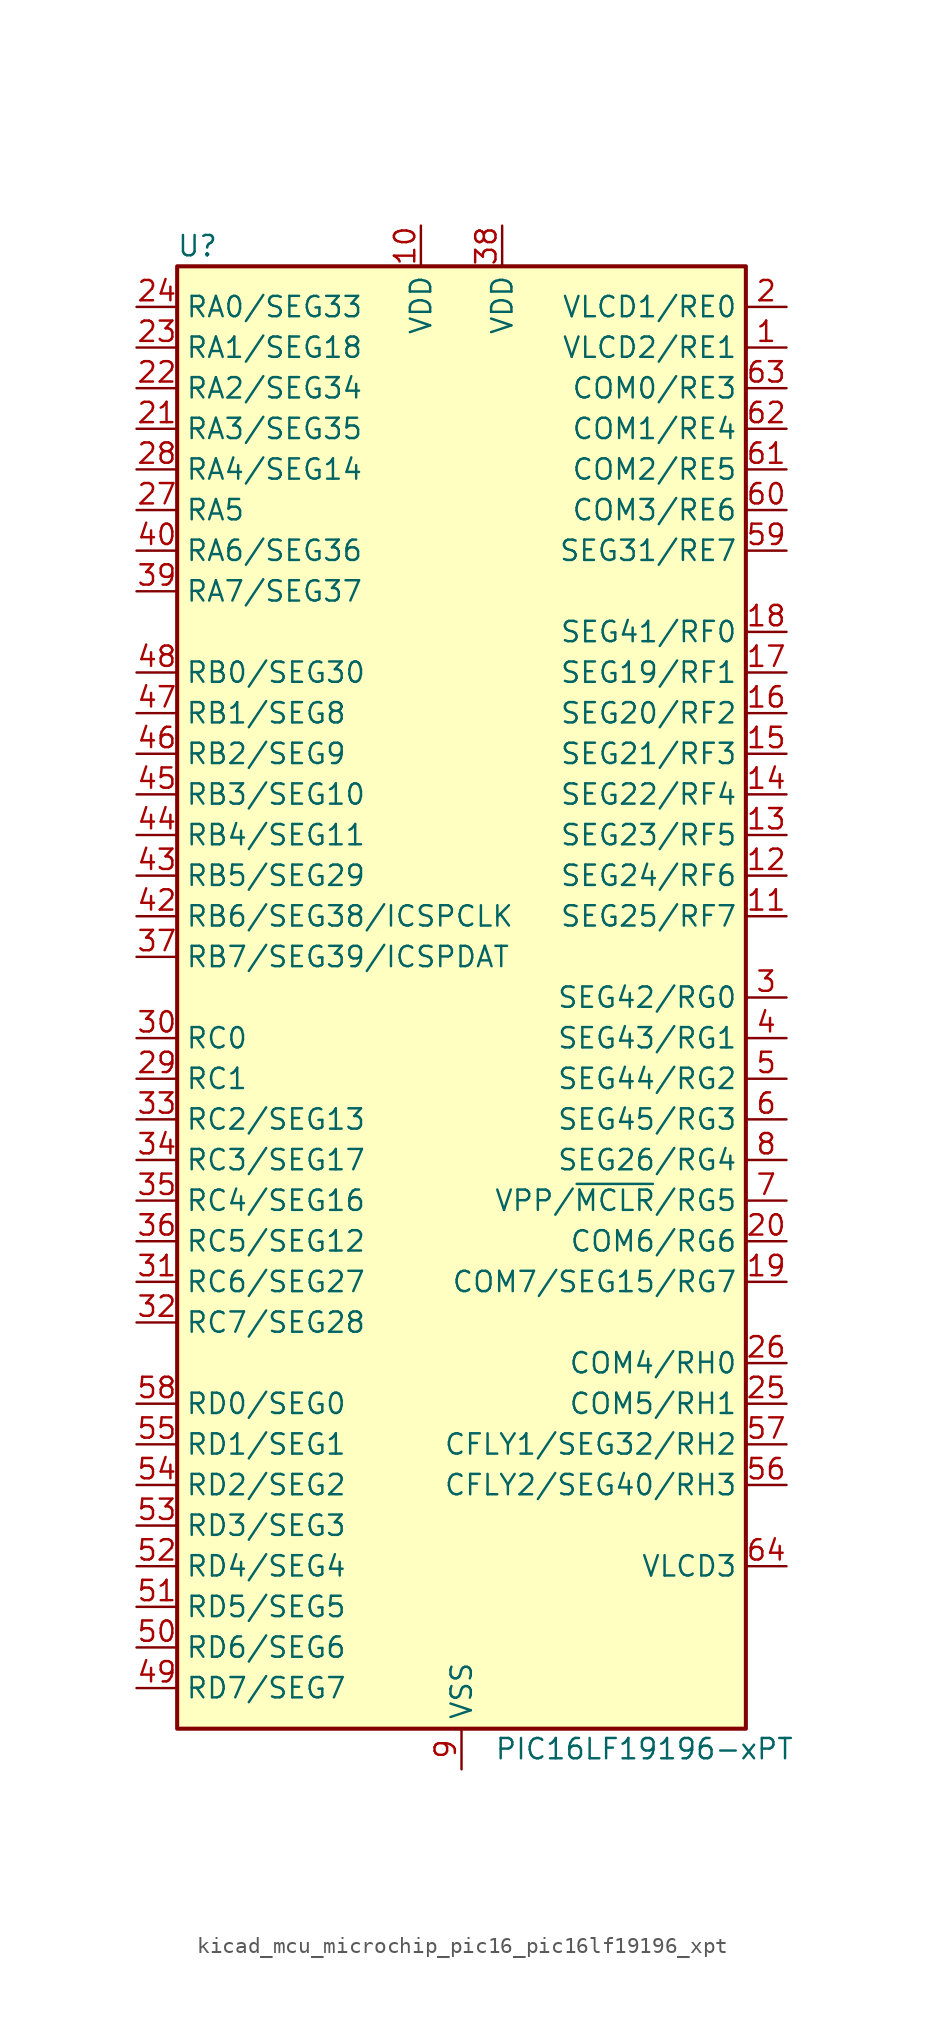
<source format=kicad_sym>
(kicad_symbol_lib
  (version 20220914)
  (generator kicad_symbol_editor)
  (symbol "kicad_mcu_microchip_pic16_pic16lf19196_xpt"
    (property "Reference" "U"
      (at -16.51 46.99 0)
      (effects (font (size 1.27 1.27))))
    (property "Value" "PIC16LF19196-xPT"
      (at 11.43 -46.99 0)
      (effects (font (size 1.27 1.27))))
    (symbol "kicad_mcu_microchip_pic16_pic16lf19196_xpt_0_1"
      (rectangle (start -17.78 45.72) (end 17.78 -45.72) (stroke (width 0.254) (type default)) (fill (type background))))
    (symbol "kicad_mcu_microchip_pic16_pic16lf19196_xpt_1_1"
      (pin bidirectional line (at 20.32 40.64 180) (length 2.54) (name "VLCD2/RE1" (effects (font (size 1.27 1.27)))) (number "1" (effects (font (size 1.27 1.27)))))
      (pin power_in line (at -2.54 48.26 270) (length 2.54) (name "VDD" (effects (font (size 1.27 1.27)))) (number "10" (effects (font (size 1.27 1.27)))))
      (pin bidirectional line (at 20.32 5.08 180) (length 2.54) (name "SEG25/RF7" (effects (font (size 1.27 1.27)))) (number "11" (effects (font (size 1.27 1.27)))))
      (pin bidirectional line (at 20.32 7.62 180) (length 2.54) (name "SEG24/RF6" (effects (font (size 1.27 1.27)))) (number "12" (effects (font (size 1.27 1.27)))))
      (pin bidirectional line (at 20.32 10.16 180) (length 2.54) (name "SEG23/RF5" (effects (font (size 1.27 1.27)))) (number "13" (effects (font (size 1.27 1.27)))))
      (pin bidirectional line (at 20.32 12.7 180) (length 2.54) (name "SEG22/RF4" (effects (font (size 1.27 1.27)))) (number "14" (effects (font (size 1.27 1.27)))))
      (pin bidirectional line (at 20.32 15.24 180) (length 2.54) (name "SEG21/RF3" (effects (font (size 1.27 1.27)))) (number "15" (effects (font (size 1.27 1.27)))))
      (pin bidirectional line (at 20.32 17.78 180) (length 2.54) (name "SEG20/RF2" (effects (font (size 1.27 1.27)))) (number "16" (effects (font (size 1.27 1.27)))))
      (pin bidirectional line (at 20.32 20.32 180) (length 2.54) (name "SEG19/RF1" (effects (font (size 1.27 1.27)))) (number "17" (effects (font (size 1.27 1.27)))))
      (pin bidirectional line (at 20.32 22.86 180) (length 2.54) (name "SEG41/RF0" (effects (font (size 1.27 1.27)))) (number "18" (effects (font (size 1.27 1.27)))))
      (pin bidirectional line (at 20.32 -17.78 180) (length 2.54) (name "COM7/SEG15/RG7" (effects (font (size 1.27 1.27)))) (number "19" (effects (font (size 1.27 1.27)))))
      (pin bidirectional line (at 20.32 43.18 180) (length 2.54) (name "VLCD1/RE0" (effects (font (size 1.27 1.27)))) (number "2" (effects (font (size 1.27 1.27)))))
      (pin bidirectional line (at 20.32 -15.24 180) (length 2.54) (name "COM6/RG6" (effects (font (size 1.27 1.27)))) (number "20" (effects (font (size 1.27 1.27)))))
      (pin bidirectional line (at -20.32 35.56 0) (length 2.54) (name "RA3/SEG35" (effects (font (size 1.27 1.27)))) (number "21" (effects (font (size 1.27 1.27)))))
      (pin bidirectional line (at -20.32 38.1 0) (length 2.54) (name "RA2/SEG34" (effects (font (size 1.27 1.27)))) (number "22" (effects (font (size 1.27 1.27)))))
      (pin bidirectional line (at -20.32 40.64 0) (length 2.54) (name "RA1/SEG18" (effects (font (size 1.27 1.27)))) (number "23" (effects (font (size 1.27 1.27)))))
      (pin bidirectional line (at -20.32 43.18 0) (length 2.54) (name "RA0/SEG33" (effects (font (size 1.27 1.27)))) (number "24" (effects (font (size 1.27 1.27)))))
      (pin bidirectional line (at 20.32 -25.4 180) (length 2.54) (name "COM5/RH1" (effects (font (size 1.27 1.27)))) (number "25" (effects (font (size 1.27 1.27)))))
      (pin bidirectional line (at 20.32 -22.86 180) (length 2.54) (name "COM4/RH0" (effects (font (size 1.27 1.27)))) (number "26" (effects (font (size 1.27 1.27)))))
      (pin bidirectional line (at -20.32 30.48 0) (length 2.54) (name "RA5" (effects (font (size 1.27 1.27)))) (number "27" (effects (font (size 1.27 1.27)))))
      (pin bidirectional line (at -20.32 33.02 0) (length 2.54) (name "RA4/SEG14" (effects (font (size 1.27 1.27)))) (number "28" (effects (font (size 1.27 1.27)))))
      (pin bidirectional line (at -20.32 -5.08 0) (length 2.54) (name "RC1" (effects (font (size 1.27 1.27)))) (number "29" (effects (font (size 1.27 1.27)))))
      (pin bidirectional line (at 20.32 0 180) (length 2.54) (name "SEG42/RG0" (effects (font (size 1.27 1.27)))) (number "3" (effects (font (size 1.27 1.27)))))
      (pin bidirectional line (at -20.32 -2.54 0) (length 2.54) (name "RC0" (effects (font (size 1.27 1.27)))) (number "30" (effects (font (size 1.27 1.27)))))
      (pin bidirectional line (at -20.32 -17.78 0) (length 2.54) (name "RC6/SEG27" (effects (font (size 1.27 1.27)))) (number "31" (effects (font (size 1.27 1.27)))))
      (pin bidirectional line (at -20.32 -20.32 0) (length 2.54) (name "RC7/SEG28" (effects (font (size 1.27 1.27)))) (number "32" (effects (font (size 1.27 1.27)))))
      (pin bidirectional line (at -20.32 -7.62 0) (length 2.54) (name "RC2/SEG13" (effects (font (size 1.27 1.27)))) (number "33" (effects (font (size 1.27 1.27)))))
      (pin bidirectional line (at -20.32 -10.16 0) (length 2.54) (name "RC3/SEG17" (effects (font (size 1.27 1.27)))) (number "34" (effects (font (size 1.27 1.27)))))
      (pin bidirectional line (at -20.32 -12.7 0) (length 2.54) (name "RC4/SEG16" (effects (font (size 1.27 1.27)))) (number "35" (effects (font (size 1.27 1.27)))))
      (pin bidirectional line (at -20.32 -15.24 0) (length 2.54) (name "RC5/SEG12" (effects (font (size 1.27 1.27)))) (number "36" (effects (font (size 1.27 1.27)))))
      (pin bidirectional line (at -20.32 2.54 0) (length 2.54) (name "RB7/SEG39/ICSPDAT" (effects (font (size 1.27 1.27)))) (number "37" (effects (font (size 1.27 1.27)))))
      (pin power_in line (at 2.54 48.26 270) (length 2.54) (name "VDD" (effects (font (size 1.27 1.27)))) (number "38" (effects (font (size 1.27 1.27)))))
      (pin bidirectional line (at -20.32 25.4 0) (length 2.54) (name "RA7/SEG37" (effects (font (size 1.27 1.27)))) (number "39" (effects (font (size 1.27 1.27)))))
      (pin bidirectional line (at 20.32 -2.54 180) (length 2.54) (name "SEG43/RG1" (effects (font (size 1.27 1.27)))) (number "4" (effects (font (size 1.27 1.27)))))
      (pin bidirectional line (at -20.32 27.94 0) (length 2.54) (name "RA6/SEG36" (effects (font (size 1.27 1.27)))) (number "40" (effects (font (size 1.27 1.27)))))
      (pin passive line (at 0 -48.26 90) (length 2.54) hide (name "VSS" (effects (font (size 1.27 1.27)))) (number "41" (effects (font (size 1.27 1.27)))))
      (pin bidirectional line (at -20.32 5.08 0) (length 2.54) (name "RB6/SEG38/ICSPCLK" (effects (font (size 1.27 1.27)))) (number "42" (effects (font (size 1.27 1.27)))))
      (pin bidirectional line (at -20.32 7.62 0) (length 2.54) (name "RB5/SEG29" (effects (font (size 1.27 1.27)))) (number "43" (effects (font (size 1.27 1.27)))))
      (pin bidirectional line (at -20.32 10.16 0) (length 2.54) (name "RB4/SEG11" (effects (font (size 1.27 1.27)))) (number "44" (effects (font (size 1.27 1.27)))))
      (pin bidirectional line (at -20.32 12.7 0) (length 2.54) (name "RB3/SEG10" (effects (font (size 1.27 1.27)))) (number "45" (effects (font (size 1.27 1.27)))))
      (pin bidirectional line (at -20.32 15.24 0) (length 2.54) (name "RB2/SEG9" (effects (font (size 1.27 1.27)))) (number "46" (effects (font (size 1.27 1.27)))))
      (pin bidirectional line (at -20.32 17.78 0) (length 2.54) (name "RB1/SEG8" (effects (font (size 1.27 1.27)))) (number "47" (effects (font (size 1.27 1.27)))))
      (pin bidirectional line (at -20.32 20.32 0) (length 2.54) (name "RB0/SEG30" (effects (font (size 1.27 1.27)))) (number "48" (effects (font (size 1.27 1.27)))))
      (pin bidirectional line (at -20.32 -43.18 0) (length 2.54) (name "RD7/SEG7" (effects (font (size 1.27 1.27)))) (number "49" (effects (font (size 1.27 1.27)))))
      (pin bidirectional line (at 20.32 -5.08 180) (length 2.54) (name "SEG44/RG2" (effects (font (size 1.27 1.27)))) (number "5" (effects (font (size 1.27 1.27)))))
      (pin bidirectional line (at -20.32 -40.64 0) (length 2.54) (name "RD6/SEG6" (effects (font (size 1.27 1.27)))) (number "50" (effects (font (size 1.27 1.27)))))
      (pin bidirectional line (at -20.32 -38.1 0) (length 2.54) (name "RD5/SEG5" (effects (font (size 1.27 1.27)))) (number "51" (effects (font (size 1.27 1.27)))))
      (pin bidirectional line (at -20.32 -35.56 0) (length 2.54) (name "RD4/SEG4" (effects (font (size 1.27 1.27)))) (number "52" (effects (font (size 1.27 1.27)))))
      (pin bidirectional line (at -20.32 -33.02 0) (length 2.54) (name "RD3/SEG3" (effects (font (size 1.27 1.27)))) (number "53" (effects (font (size 1.27 1.27)))))
      (pin bidirectional line (at -20.32 -30.48 0) (length 2.54) (name "RD2/SEG2" (effects (font (size 1.27 1.27)))) (number "54" (effects (font (size 1.27 1.27)))))
      (pin bidirectional line (at -20.32 -27.94 0) (length 2.54) (name "RD1/SEG1" (effects (font (size 1.27 1.27)))) (number "55" (effects (font (size 1.27 1.27)))))
      (pin bidirectional line (at 20.32 -30.48 180) (length 2.54) (name "CFLY2/SEG40/RH3" (effects (font (size 1.27 1.27)))) (number "56" (effects (font (size 1.27 1.27)))))
      (pin bidirectional line (at 20.32 -27.94 180) (length 2.54) (name "CFLY1/SEG32/RH2" (effects (font (size 1.27 1.27)))) (number "57" (effects (font (size 1.27 1.27)))))
      (pin bidirectional line (at -20.32 -25.4 0) (length 2.54) (name "RD0/SEG0" (effects (font (size 1.27 1.27)))) (number "58" (effects (font (size 1.27 1.27)))))
      (pin bidirectional line (at 20.32 27.94 180) (length 2.54) (name "SEG31/RE7" (effects (font (size 1.27 1.27)))) (number "59" (effects (font (size 1.27 1.27)))))
      (pin bidirectional line (at 20.32 -7.62 180) (length 2.54) (name "SEG45/RG3" (effects (font (size 1.27 1.27)))) (number "6" (effects (font (size 1.27 1.27)))))
      (pin bidirectional line (at 20.32 30.48 180) (length 2.54) (name "COM3/RE6" (effects (font (size 1.27 1.27)))) (number "60" (effects (font (size 1.27 1.27)))))
      (pin bidirectional line (at 20.32 33.02 180) (length 2.54) (name "COM2/RE5" (effects (font (size 1.27 1.27)))) (number "61" (effects (font (size 1.27 1.27)))))
      (pin bidirectional line (at 20.32 35.56 180) (length 2.54) (name "COM1/RE4" (effects (font (size 1.27 1.27)))) (number "62" (effects (font (size 1.27 1.27)))))
      (pin bidirectional line (at 20.32 38.1 180) (length 2.54) (name "COM0/RE3" (effects (font (size 1.27 1.27)))) (number "63" (effects (font (size 1.27 1.27)))))
      (pin input line (at 20.32 -35.56 180) (length 2.54) (name "VLCD3" (effects (font (size 1.27 1.27)))) (number "64" (effects (font (size 1.27 1.27)))))
      (pin bidirectional line (at 20.32 -12.7 180) (length 2.54) (name "VPP/~{MCLR}/RG5" (effects (font (size 1.27 1.27)))) (number "7" (effects (font (size 1.27 1.27)))))
      (pin bidirectional line (at 20.32 -10.16 180) (length 2.54) (name "SEG26/RG4" (effects (font (size 1.27 1.27)))) (number "8" (effects (font (size 1.27 1.27)))))
      (pin power_in line (at 0 -48.26 90) (length 2.54) (name "VSS" (effects (font (size 1.27 1.27)))) (number "9" (effects (font (size 1.27 1.27))))))))
</source>
